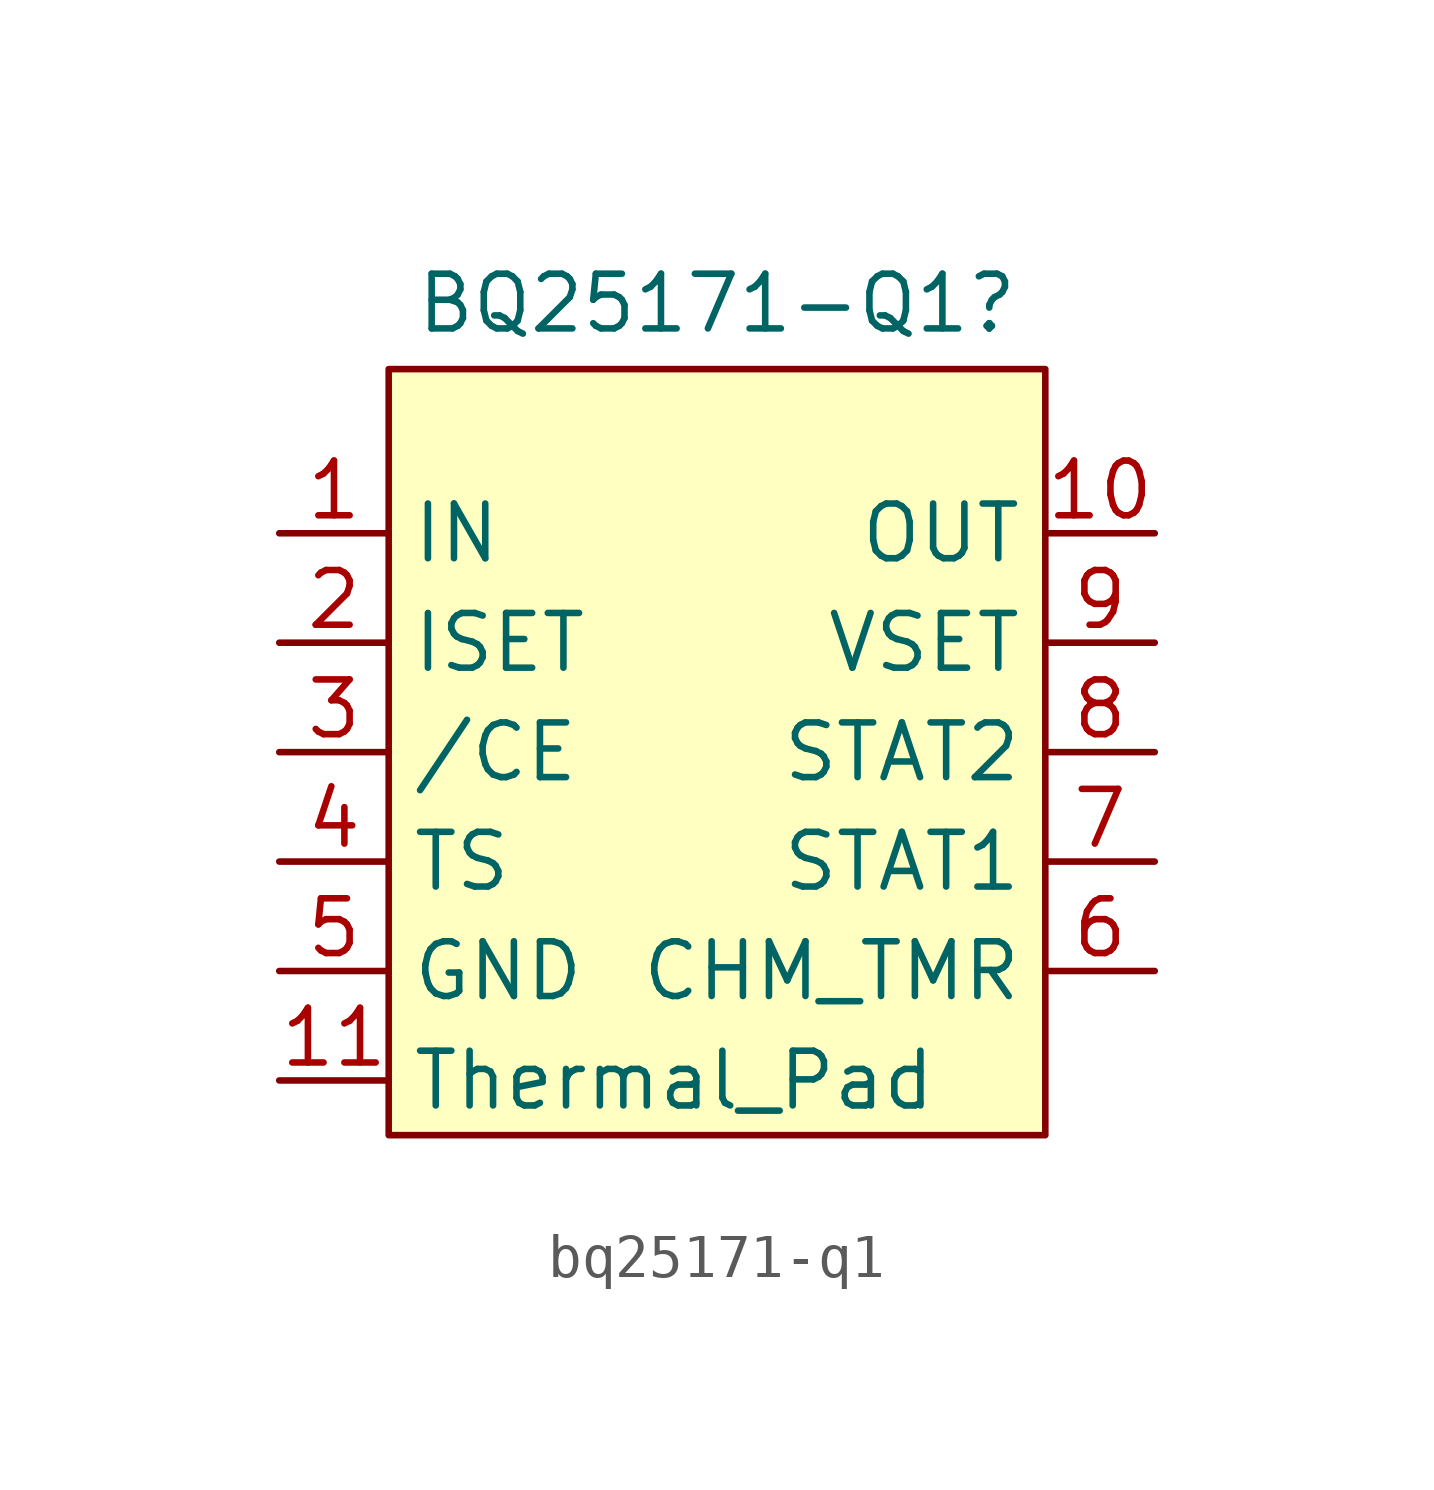
<source format=kicad_sym>
(kicad_symbol_lib
  (version 20231120)
  (generator "kicad_symbol_editor")
  (generator_version "8.0")
  (symbol "bq25171-q1"
    (property "Reference" "BQ25171-Q1"
      (at 0 10.414 0)
      (effects (font (size 1.27 1.27))))
    (property "Value" ""
      (at -2.54 -2.54 0)
      (effects (font (size 1.27 1.27))))
    (symbol "bq25171-q1_1_1"
      (rectangle (start -7.62 8.89) (end 7.62 -8.89) (stroke (width 0) (type default)) (fill (type background)))
      (pin power_in line (at -10.16 5.08 0) (length 2.54) (name "IN" (effects (font (size 1.27 1.27)))) (number "1" (effects (font (size 1.27 1.27)))))
      (pin power_out line (at 10.16 5.08 180) (length 2.54) (name "OUT" (effects (font (size 1.27 1.27)))) (number "10" (effects (font (size 1.27 1.27)))))
      (pin power_in line (at -10.16 -7.62 0) (length 2.54) (name "Thermal_Pad" (effects (font (size 1.27 1.27)))) (number "11" (effects (font (size 1.27 1.27)))))
      (pin input line (at -10.16 2.54 0) (length 2.54) (name "ISET" (effects (font (size 1.27 1.27)))) (number "2" (effects (font (size 1.27 1.27)))))
      (pin input line (at -10.16 0 0) (length 2.54) (name "/CE" (effects (font (size 1.27 1.27)))) (number "3" (effects (font (size 1.27 1.27)))))
      (pin input line (at -10.16 -2.54 0) (length 2.54) (name "TS" (effects (font (size 1.27 1.27)))) (number "4" (effects (font (size 1.27 1.27)))))
      (pin power_in line (at -10.16 -5.08 0) (length 2.54) (name "GND" (effects (font (size 1.27 1.27)))) (number "5" (effects (font (size 1.27 1.27)))))
      (pin input line (at 10.16 -5.08 180) (length 2.54) (name "CHM_TMR" (effects (font (size 1.27 1.27)))) (number "6" (effects (font (size 1.27 1.27)))))
      (pin output line (at 10.16 -2.54 180) (length 2.54) (name "STAT1" (effects (font (size 1.27 1.27)))) (number "7" (effects (font (size 1.27 1.27)))))
      (pin output line (at 10.16 0 180) (length 2.54) (name "STAT2" (effects (font (size 1.27 1.27)))) (number "8" (effects (font (size 1.27 1.27)))))
      (pin input line (at 10.16 2.54 180) (length 2.54) (name "VSET" (effects (font (size 1.27 1.27)))) (number "9" (effects (font (size 1.27 1.27))))))))
</source>
